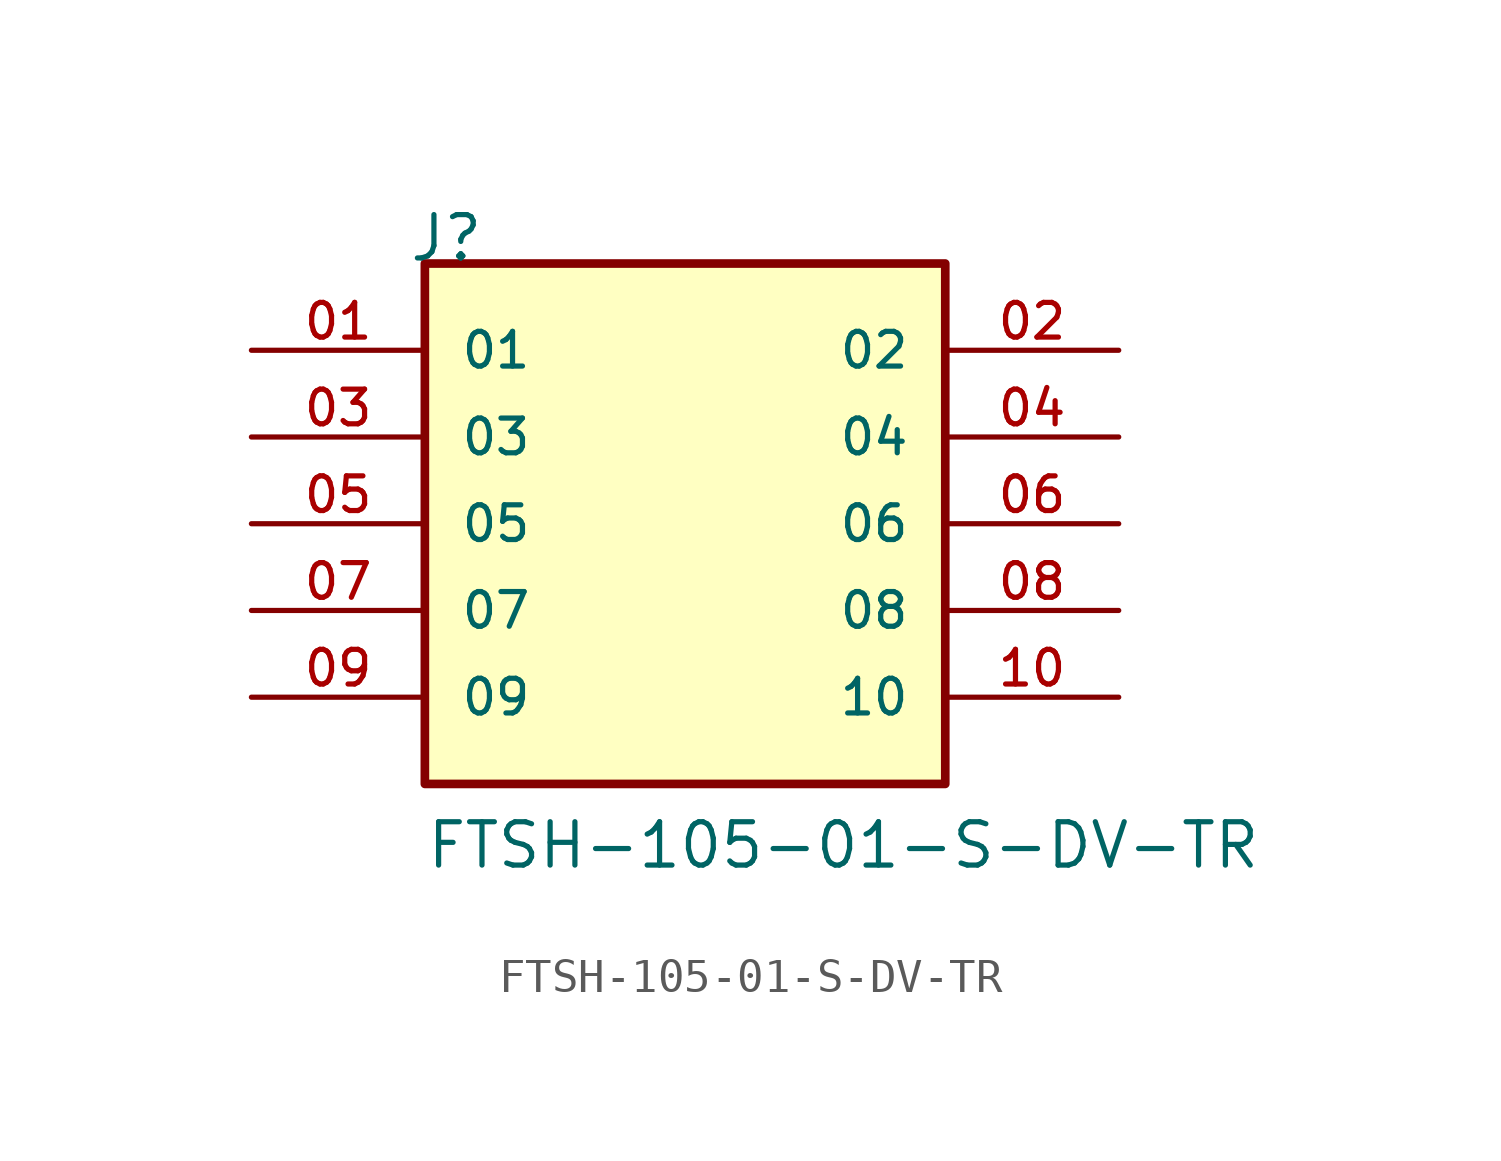
<source format=kicad_sym>
(kicad_symbol_lib
  (version 20211014)
  (generator kicad_symbol_editor)
  (symbol "FTSH-105-01-S-DV-TR"
    (pin_names
      (offset 1.016))
    (property "Reference" "J"
      (at -8.12 7.62 0)
      (effects (font (size 1.27 1.27)) (justify bottom left)))
    (property "Value" "FTSH-105-01-S-DV-TR"
      (at -7.62 -10.16 0)
      (effects (font (size 1.27 1.27)) (justify bottom left)))
    (symbol "FTSH-105-01-S-DV-TR_0_0"
      (rectangle (start -7.62 -7.62) (end 7.62 7.62) (stroke (width 0.254)) (fill (type background)))
      (pin passive line (at -12.7 5.08 0) (length 5.08) (name "01" (effects (font (size 1.016 1.016)))) (number "01" (effects (font (size 1.016 1.016)))))
      (pin passive line (at 12.7 5.08 180.0) (length 5.08) (name "02" (effects (font (size 1.016 1.016)))) (number "02" (effects (font (size 1.016 1.016)))))
      (pin passive line (at -12.7 2.54 0) (length 5.08) (name "03" (effects (font (size 1.016 1.016)))) (number "03" (effects (font (size 1.016 1.016)))))
      (pin passive line (at 12.7 2.54 180.0) (length 5.08) (name "04" (effects (font (size 1.016 1.016)))) (number "04" (effects (font (size 1.016 1.016)))))
      (pin passive line (at -12.7 0.0 0) (length 5.08) (name "05" (effects (font (size 1.016 1.016)))) (number "05" (effects (font (size 1.016 1.016)))))
      (pin passive line (at 12.7 0.0 180.0) (length 5.08) (name "06" (effects (font (size 1.016 1.016)))) (number "06" (effects (font (size 1.016 1.016)))))
      (pin passive line (at -12.7 -2.54 0) (length 5.08) (name "07" (effects (font (size 1.016 1.016)))) (number "07" (effects (font (size 1.016 1.016)))))
      (pin passive line (at 12.7 -2.54 180.0) (length 5.08) (name "08" (effects (font (size 1.016 1.016)))) (number "08" (effects (font (size 1.016 1.016)))))
      (pin passive line (at -12.7 -5.08 0) (length 5.08) (name "09" (effects (font (size 1.016 1.016)))) (number "09" (effects (font (size 1.016 1.016)))))
      (pin passive line (at 12.7 -5.08 180.0) (length 5.08) (name "10" (effects (font (size 1.016 1.016)))) (number "10" (effects (font (size 1.016 1.016))))))))
</source>
